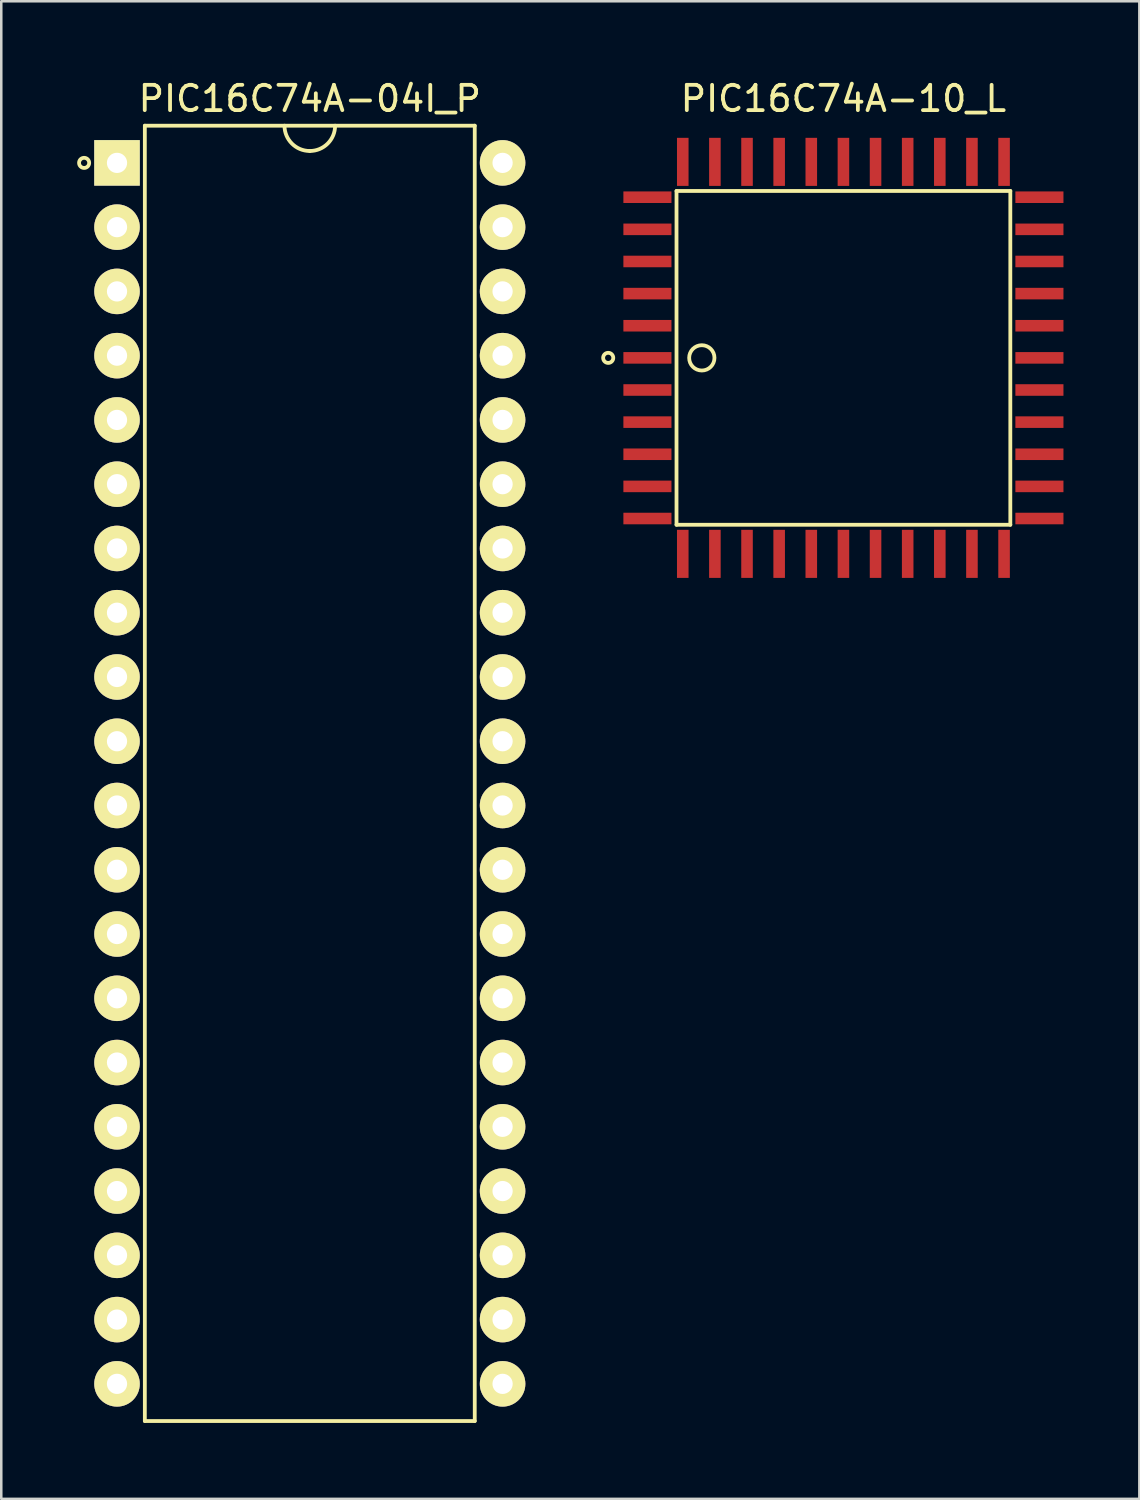
<source format=kicad_pcb>
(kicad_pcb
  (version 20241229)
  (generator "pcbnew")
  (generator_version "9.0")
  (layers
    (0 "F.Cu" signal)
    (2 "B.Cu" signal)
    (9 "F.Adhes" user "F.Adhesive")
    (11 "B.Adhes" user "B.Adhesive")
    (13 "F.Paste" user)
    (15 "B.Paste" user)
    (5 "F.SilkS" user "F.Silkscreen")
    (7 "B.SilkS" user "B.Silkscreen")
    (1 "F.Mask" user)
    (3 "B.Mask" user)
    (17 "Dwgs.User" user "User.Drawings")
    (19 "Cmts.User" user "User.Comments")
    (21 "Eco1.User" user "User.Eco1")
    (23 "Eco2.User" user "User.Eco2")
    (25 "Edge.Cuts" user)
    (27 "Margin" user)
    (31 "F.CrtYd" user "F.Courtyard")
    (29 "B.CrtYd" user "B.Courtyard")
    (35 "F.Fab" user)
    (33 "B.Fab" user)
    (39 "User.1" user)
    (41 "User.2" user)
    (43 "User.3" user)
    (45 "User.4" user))
  (footprint "PIC16C74A-04I_P"
    (layer "F.Cu")
    (at 1.575 3.388)
    (property "Reference" "PIC16C74A-04I_P" (at 7.62 -2.54 0) (layer "F.SilkS") (effects (font (size 1 1) (thickness 0.15))))
    (attr through_hole)
    (fp_line (start 1.1 -1.47) (end 14.14 -1.47) (stroke (width 0.15) (type solid)) (layer "F.SilkS"))
    (fp_line (start 1.1 49.73) (end 1.1 -1.47) (stroke (width 0.15) (type solid)) (layer "F.SilkS"))
    (fp_line (start 14.14 -1.47) (end 14.14 49.73) (stroke (width 0.15) (type solid)) (layer "F.SilkS"))
    (fp_line (start 14.14 49.73) (end 1.1 49.73) (stroke (width 0.15) (type solid)) (layer "F.SilkS"))
    (fp_arc (start 7.62 -0.47) (mid 6.912893 -0.762893) (end 6.62 -1.47) (stroke (width 0.15) (type solid)) (layer "F.SilkS"))
    (fp_arc (start 8.62 -1.47) (mid 8.327107 -0.762893) (end 7.62 -0.47) (stroke (width 0.15) (type solid)) (layer "F.SilkS"))
    (fp_circle (center -1.3 0) (end -1.3 0.2) (stroke (width 0.15) (type solid)) (fill no) (layer "F.SilkS"))
    (pad "1" thru_hole rect (at 0 0) (size 1.8 1.8) (drill 0.8) (layers "*.Cu" "*.Mask" "F.SilkS"))
    (pad "2" thru_hole circle (at 0 2.54) (size 1.8 1.8) (drill 0.8) (layers "*.Cu" "*.Mask" "F.SilkS"))
    (pad "3" thru_hole circle (at 0 5.08) (size 1.8 1.8) (drill 0.8) (layers "*.Cu" "*.Mask" "F.SilkS"))
    (pad "4" thru_hole circle (at 0 7.62) (size 1.8 1.8) (drill 0.8) (layers "*.Cu" "*.Mask" "F.SilkS"))
    (pad "5" thru_hole circle (at 0 10.16) (size 1.8 1.8) (drill 0.8) (layers "*.Cu" "*.Mask" "F.SilkS"))
    (pad "6" thru_hole circle (at 0 12.7) (size 1.8 1.8) (drill 0.8) (layers "*.Cu" "*.Mask" "F.SilkS"))
    (pad "7" thru_hole circle (at 0 15.24) (size 1.8 1.8) (drill 0.8) (layers "*.Cu" "*.Mask" "F.SilkS"))
    (pad "8" thru_hole circle (at 0 17.78) (size 1.8 1.8) (drill 0.8) (layers "*.Cu" "*.Mask" "F.SilkS"))
    (pad "9" thru_hole circle (at 0 20.32) (size 1.8 1.8) (drill 0.8) (layers "*.Cu" "*.Mask" "F.SilkS"))
    (pad "10" thru_hole circle (at 0 22.86) (size 1.8 1.8) (drill 0.8) (layers "*.Cu" "*.Mask" "F.SilkS"))
    (pad "11" thru_hole circle (at 0 25.4) (size 1.8 1.8) (drill 0.8) (layers "*.Cu" "*.Mask" "F.SilkS"))
    (pad "12" thru_hole circle (at 0 27.94) (size 1.8 1.8) (drill 0.8) (layers "*.Cu" "*.Mask" "F.SilkS"))
    (pad "13" thru_hole circle (at 0 30.48) (size 1.8 1.8) (drill 0.8) (layers "*.Cu" "*.Mask" "F.SilkS"))
    (pad "14" thru_hole circle (at 0 33.02) (size 1.8 1.8) (drill 0.8) (layers "*.Cu" "*.Mask" "F.SilkS"))
    (pad "15" thru_hole circle (at 0 35.56) (size 1.8 1.8) (drill 0.8) (layers "*.Cu" "*.Mask" "F.SilkS"))
    (pad "16" thru_hole circle (at 0 38.1) (size 1.8 1.8) (drill 0.8) (layers "*.Cu" "*.Mask" "F.SilkS"))
    (pad "17" thru_hole circle (at 0 40.64) (size 1.8 1.8) (drill 0.8) (layers "*.Cu" "*.Mask" "F.SilkS"))
    (pad "18" thru_hole circle (at 0 43.18) (size 1.8 1.8) (drill 0.8) (layers "*.Cu" "*.Mask" "F.SilkS"))
    (pad "19" thru_hole circle (at 0 45.72) (size 1.8 1.8) (drill 0.8) (layers "*.Cu" "*.Mask" "F.SilkS"))
    (pad "20" thru_hole circle (at 0 48.26) (size 1.8 1.8) (drill 0.8) (layers "*.Cu" "*.Mask" "F.SilkS"))
    (pad "21" thru_hole circle (at 15.24 48.26) (size 1.8 1.8) (drill 0.8) (layers "*.Cu" "*.Mask" "F.SilkS"))
    (pad "22" thru_hole circle (at 15.24 45.72) (size 1.8 1.8) (drill 0.8) (layers "*.Cu" "*.Mask" "F.SilkS"))
    (pad "23" thru_hole circle (at 15.24 43.18) (size 1.8 1.8) (drill 0.8) (layers "*.Cu" "*.Mask" "F.SilkS"))
    (pad "24" thru_hole circle (at 15.24 40.64) (size 1.8 1.8) (drill 0.8) (layers "*.Cu" "*.Mask" "F.SilkS"))
    (pad "25" thru_hole circle (at 15.24 38.1) (size 1.8 1.8) (drill 0.8) (layers "*.Cu" "*.Mask" "F.SilkS"))
    (pad "26" thru_hole circle (at 15.24 35.56) (size 1.8 1.8) (drill 0.8) (layers "*.Cu" "*.Mask" "F.SilkS"))
    (pad "27" thru_hole circle (at 15.24 33.02) (size 1.8 1.8) (drill 0.8) (layers "*.Cu" "*.Mask" "F.SilkS"))
    (pad "28" thru_hole circle (at 15.24 30.48) (size 1.8 1.8) (drill 0.8) (layers "*.Cu" "*.Mask" "F.SilkS"))
    (pad "29" thru_hole circle (at 15.24 27.94) (size 1.8 1.8) (drill 0.8) (layers "*.Cu" "*.Mask" "F.SilkS"))
    (pad "30" thru_hole circle (at 15.24 25.4) (size 1.8 1.8) (drill 0.8) (layers "*.Cu" "*.Mask" "F.SilkS"))
    (pad "31" thru_hole circle (at 15.24 22.86) (size 1.8 1.8) (drill 0.8) (layers "*.Cu" "*.Mask" "F.SilkS"))
    (pad "32" thru_hole circle (at 15.24 20.32) (size 1.8 1.8) (drill 0.8) (layers "*.Cu" "*.Mask" "F.SilkS"))
    (pad "33" thru_hole circle (at 15.24 17.78) (size 1.8 1.8) (drill 0.8) (layers "*.Cu" "*.Mask" "F.SilkS"))
    (pad "34" thru_hole circle (at 15.24 15.24) (size 1.8 1.8) (drill 0.8) (layers "*.Cu" "*.Mask" "F.SilkS"))
    (pad "35" thru_hole circle (at 15.24 12.7) (size 1.8 1.8) (drill 0.8) (layers "*.Cu" "*.Mask" "F.SilkS"))
    (pad "36" thru_hole circle (at 15.24 10.16) (size 1.8 1.8) (drill 0.8) (layers "*.Cu" "*.Mask" "F.SilkS"))
    (pad "37" thru_hole circle (at 15.24 7.62) (size 1.8 1.8) (drill 0.8) (layers "*.Cu" "*.Mask" "F.SilkS"))
    (pad "38" thru_hole circle (at 15.24 5.08) (size 1.8 1.8) (drill 0.8) (layers "*.Cu" "*.Mask" "F.SilkS"))
    (pad "39" thru_hole circle (at 15.24 2.54) (size 1.8 1.8) (drill 0.8) (layers "*.Cu" "*.Mask" "F.SilkS"))
    (pad "40" thru_hole circle (at 15.24 0) (size 1.8 1.8) (drill 0.8) (layers "*.Cu" "*.Mask" "F.SilkS")))
  (footprint "PIC16C74A-10_L"
    (layer "F.Cu")
    (at 22.54 3.348)
    (property "Reference" "PIC16C74A-10_L" (at 7.747 -2.5 0) (layer "F.SilkS") (effects (font (size 1 1) (thickness 0.15))))
    (attr through_hole)
    (fp_line (start 1.15 1.15) (end 1.15 14.344) (stroke (width 0.15) (type solid)) (layer "F.SilkS"))
    (fp_line (start 1.15 1.15) (end 14.344 1.15) (stroke (width 0.15) (type solid)) (layer "F.SilkS"))
    (fp_line (start 1.15 14.344) (end 14.344 14.344) (stroke (width 0.15) (type solid)) (layer "F.SilkS"))
    (fp_line (start 14.344 14.344) (end 14.344 1.15) (stroke (width 0.15) (type solid)) (layer "F.SilkS"))
    (fp_circle (center -1.55 7.747) (end -1.55 7.547) (stroke (width 0.15) (type solid)) (fill no) (layer "F.SilkS"))
    (fp_circle (center 2.15 7.747) (end 2.15 7.247) (stroke (width 0.15) (type solid)) (fill no) (layer "F.SilkS"))
    (pad "1" smd rect (at 0 7.747) (size 1.9 0.457) (layers "F.Cu" "F.Mask" "F.Paste"))
    (pad "2" smd rect (at 0 9.017) (size 1.9 0.457) (layers "F.Cu" "F.Mask" "F.Paste"))
    (pad "3" smd rect (at 0 10.287) (size 1.9 0.457) (layers "F.Cu" "F.Mask" "F.Paste"))
    (pad "4" smd rect (at 0 11.557) (size 1.9 0.457) (layers "F.Cu" "F.Mask" "F.Paste"))
    (pad "5" smd rect (at 0 12.827) (size 1.9 0.457) (layers "F.Cu" "F.Mask" "F.Paste"))
    (pad "6" smd rect (at 0 14.097) (size 1.9 0.457) (layers "F.Cu" "F.Mask" "F.Paste"))
    (pad "7" smd rect (at 1.397 15.494) (size 0.457 1.9) (layers "F.Cu" "F.Mask" "F.Paste"))
    (pad "8" smd rect (at 2.667 15.494) (size 0.457 1.9) (layers "F.Cu" "F.Mask" "F.Paste"))
    (pad "9" smd rect (at 3.937 15.494) (size 0.457 1.9) (layers "F.Cu" "F.Mask" "F.Paste"))
    (pad "10" smd rect (at 5.207 15.494) (size 0.457 1.9) (layers "F.Cu" "F.Mask" "F.Paste"))
    (pad "11" smd rect (at 6.477 15.494) (size 0.457 1.9) (layers "F.Cu" "F.Mask" "F.Paste"))
    (pad "12" smd rect (at 7.747 15.494) (size 0.457 1.9) (layers "F.Cu" "F.Mask" "F.Paste"))
    (pad "13" smd rect (at 9.017 15.494) (size 0.457 1.9) (layers "F.Cu" "F.Mask" "F.Paste"))
    (pad "14" smd rect (at 10.287 15.494) (size 0.457 1.9) (layers "F.Cu" "F.Mask" "F.Paste"))
    (pad "15" smd rect (at 11.557 15.494) (size 0.457 1.9) (layers "F.Cu" "F.Mask" "F.Paste"))
    (pad "16" smd rect (at 12.827 15.494) (size 0.457 1.9) (layers "F.Cu" "F.Mask" "F.Paste"))
    (pad "17" smd rect (at 14.097 15.494) (size 0.457 1.9) (layers "F.Cu" "F.Mask" "F.Paste"))
    (pad "18" smd rect (at 15.494 14.097) (size 1.9 0.457) (layers "F.Cu" "F.Mask" "F.Paste"))
    (pad "19" smd rect (at 15.494 12.827) (size 1.9 0.457) (layers "F.Cu" "F.Mask" "F.Paste"))
    (pad "20" smd rect (at 15.494 11.557) (size 1.9 0.457) (layers "F.Cu" "F.Mask" "F.Paste"))
    (pad "21" smd rect (at 15.494 10.287) (size 1.9 0.457) (layers "F.Cu" "F.Mask" "F.Paste"))
    (pad "22" smd rect (at 15.494 9.017) (size 1.9 0.457) (layers "F.Cu" "F.Mask" "F.Paste"))
    (pad "23" smd rect (at 15.494 7.747) (size 1.9 0.457) (layers "F.Cu" "F.Mask" "F.Paste"))
    (pad "24" smd rect (at 15.494 6.477) (size 1.9 0.457) (layers "F.Cu" "F.Mask" "F.Paste"))
    (pad "25" smd rect (at 15.494 5.207) (size 1.9 0.457) (layers "F.Cu" "F.Mask" "F.Paste"))
    (pad "26" smd rect (at 15.494 3.937) (size 1.9 0.457) (layers "F.Cu" "F.Mask" "F.Paste"))
    (pad "27" smd rect (at 15.494 2.667) (size 1.9 0.457) (layers "F.Cu" "F.Mask" "F.Paste"))
    (pad "28" smd rect (at 15.494 1.397) (size 1.9 0.457) (layers "F.Cu" "F.Mask" "F.Paste"))
    (pad "29" smd rect (at 14.097 0) (size 0.457 1.9) (layers "F.Cu" "F.Mask" "F.Paste"))
    (pad "30" smd rect (at 12.827 0) (size 0.457 1.9) (layers "F.Cu" "F.Mask" "F.Paste"))
    (pad "31" smd rect (at 11.557 0) (size 0.457 1.9) (layers "F.Cu" "F.Mask" "F.Paste"))
    (pad "32" smd rect (at 10.287 0) (size 0.457 1.9) (layers "F.Cu" "F.Mask" "F.Paste"))
    (pad "33" smd rect (at 9.017 0) (size 0.457 1.9) (layers "F.Cu" "F.Mask" "F.Paste"))
    (pad "34" smd rect (at 7.747 0) (size 0.457 1.9) (layers "F.Cu" "F.Mask" "F.Paste"))
    (pad "35" smd rect (at 6.477 0) (size 0.457 1.9) (layers "F.Cu" "F.Mask" "F.Paste"))
    (pad "36" smd rect (at 5.207 0) (size 0.457 1.9) (layers "F.Cu" "F.Mask" "F.Paste"))
    (pad "37" smd rect (at 3.937 0) (size 0.457 1.9) (layers "F.Cu" "F.Mask" "F.Paste"))
    (pad "38" smd rect (at 2.667 0) (size 0.457 1.9) (layers "F.Cu" "F.Mask" "F.Paste"))
    (pad "39" smd rect (at 1.397 0) (size 0.457 1.9) (layers "F.Cu" "F.Mask" "F.Paste"))
    (pad "40" smd rect (at 0 1.397) (size 1.9 0.457) (layers "F.Cu" "F.Mask" "F.Paste"))
    (pad "41" smd rect (at 0 2.667) (size 1.9 0.457) (layers "F.Cu" "F.Mask" "F.Paste"))
    (pad "42" smd rect (at 0 3.937) (size 1.9 0.457) (layers "F.Cu" "F.Mask" "F.Paste"))
    (pad "43" smd rect (at 0 5.207) (size 1.9 0.457) (layers "F.Cu" "F.Mask" "F.Paste"))
    (pad "44" smd rect (at 0 6.477) (size 1.9 0.457) (layers "F.Cu" "F.Mask" "F.Paste")))
  (gr_rect
    (start -3 -3)
    (end 41.984 56.193)
    (stroke (width 0.1) (type default))
    (fill no)
    (layer "Edge.Cuts")))
</source>
